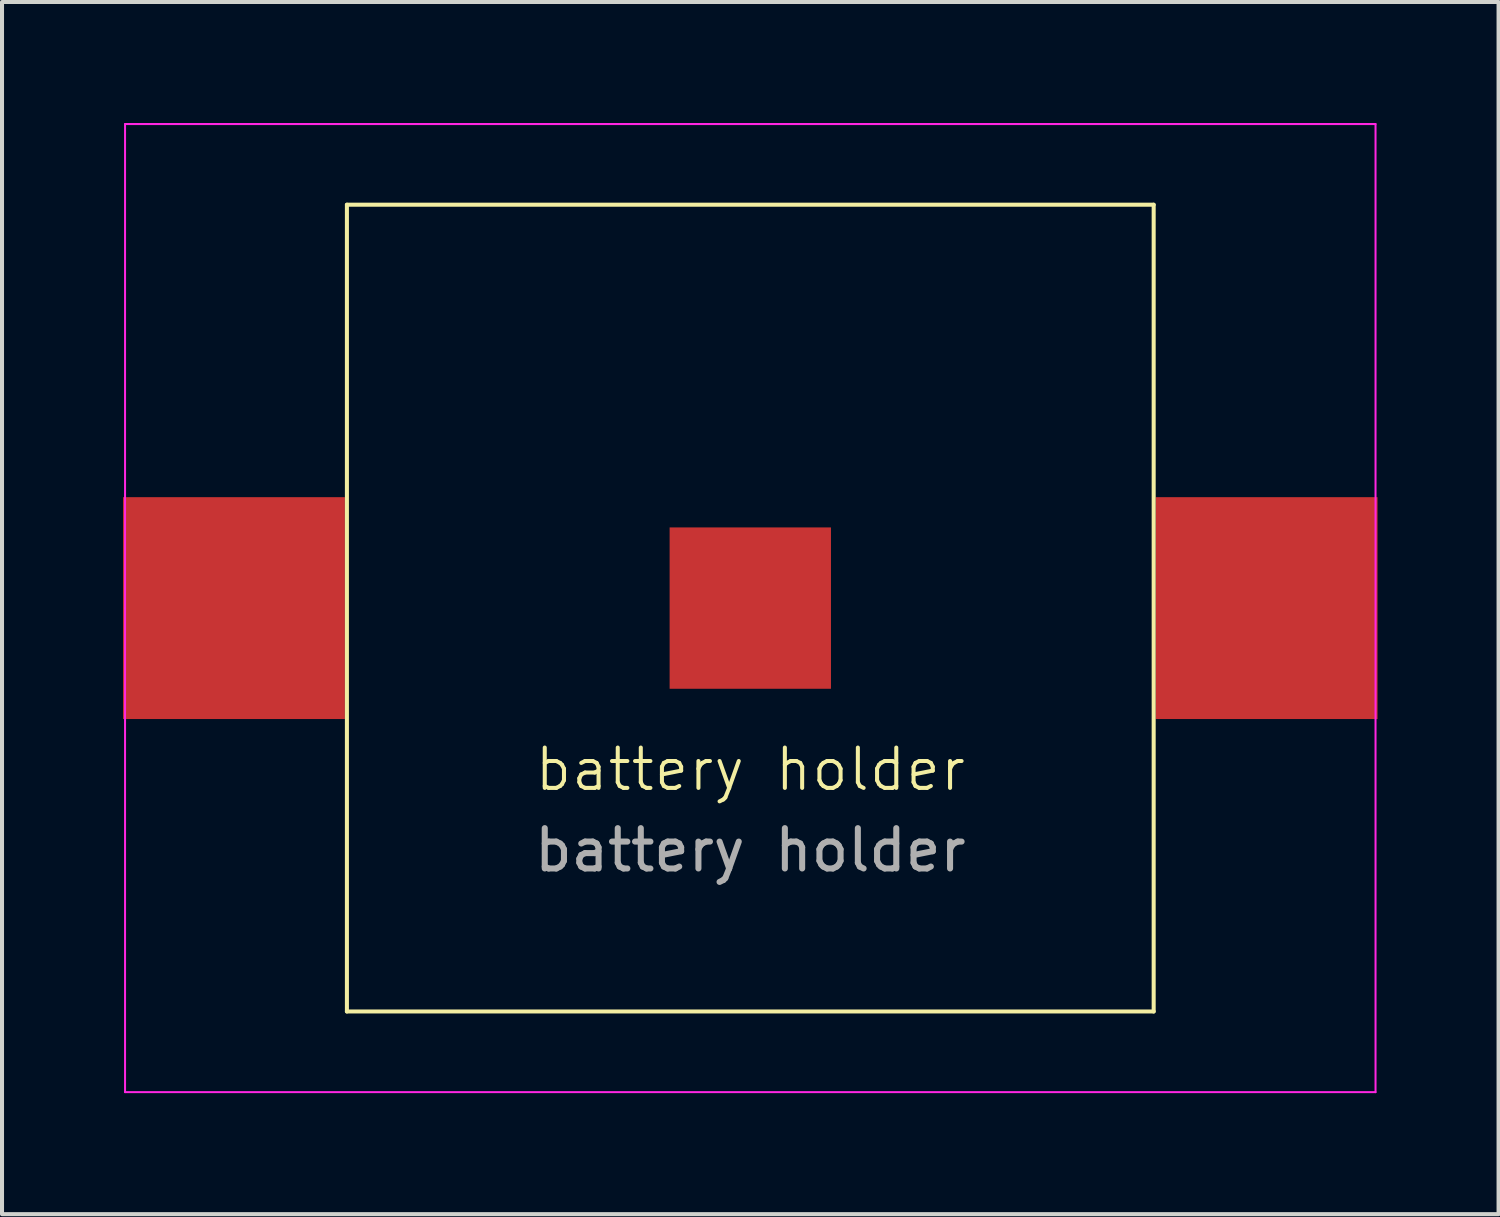
<source format=kicad_pcb>
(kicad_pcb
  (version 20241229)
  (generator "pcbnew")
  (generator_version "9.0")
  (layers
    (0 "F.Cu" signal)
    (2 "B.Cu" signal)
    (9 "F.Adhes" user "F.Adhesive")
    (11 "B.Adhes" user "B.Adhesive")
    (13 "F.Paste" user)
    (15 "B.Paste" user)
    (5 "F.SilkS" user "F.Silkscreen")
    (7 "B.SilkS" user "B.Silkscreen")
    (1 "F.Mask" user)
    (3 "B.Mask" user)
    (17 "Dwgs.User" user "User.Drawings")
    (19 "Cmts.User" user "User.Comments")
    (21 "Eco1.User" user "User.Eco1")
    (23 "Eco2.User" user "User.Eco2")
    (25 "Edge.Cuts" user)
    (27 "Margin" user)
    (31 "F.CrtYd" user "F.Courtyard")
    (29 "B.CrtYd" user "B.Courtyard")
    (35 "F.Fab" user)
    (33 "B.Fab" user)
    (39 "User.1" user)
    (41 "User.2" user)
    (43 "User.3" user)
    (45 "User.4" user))
  (footprint "battery holder"
    (layer "F.Cu")
    (at 15.55 12.025)
    (property "Reference" "battery holder" (at 0 4 0) (unlocked yes) (layer "F.SilkS") (effects (font (size 1 1) (thickness 0.1))))
    (attr smd)
    (fp_line (start -10 -10) (end 10 -10) (stroke (width 0.1) (type default)) (layer "F.SilkS"))
    (fp_line (start -10 10) (end -10 -10) (stroke (width 0.1) (type default)) (layer "F.SilkS"))
    (fp_line (start 10 -10) (end 10 10) (stroke (width 0.1) (type default)) (layer "F.SilkS"))
    (fp_line (start 10 10) (end -10 10) (stroke (width 0.1) (type default)) (layer "F.SilkS"))
    (fp_line (start -15.5 -12) (end 15.5 -12) (stroke (width 0.05) (type default)) (layer "F.CrtYd"))
    (fp_line (start -15.5 0) (end -15.5 -12) (stroke (width 0.05) (type default)) (layer "F.CrtYd"))
    (fp_line (start -15.5 12) (end -15.5 0) (stroke (width 0.05) (type default)) (layer "F.CrtYd"))
    (fp_line (start 15.5 -12) (end 15.5 12) (stroke (width 0.05) (type default)) (layer "F.CrtYd"))
    (fp_line (start 15.5 12) (end -15.5 12) (stroke (width 0.05) (type default)) (layer "F.CrtYd"))
    (fp_text user "${REFERENCE}" (at 0 6 0) (unlocked yes) (layer "F.Fab") (effects (font (size 1 1) (thickness 0.15))))
    (pad "1" smd rect (at -12.8 0) (size 5.5 5.5) (layers "F.Cu" "F.Mask" "F.Paste"))
    (pad "1" smd rect (at 12.8 0) (size 5.5 5.5) (layers "F.Cu" "F.Mask" "F.Paste"))
    (pad "2" smd rect (at 0 0) (size 4 4) (layers "F.Cu" "F.Mask" "F.Paste")))
  (gr_rect
    (start -3 -3)
    (end 34.1 27.05)
    (stroke (width 0.1) (type default))
    (fill no)
    (layer "Edge.Cuts")))
</source>
